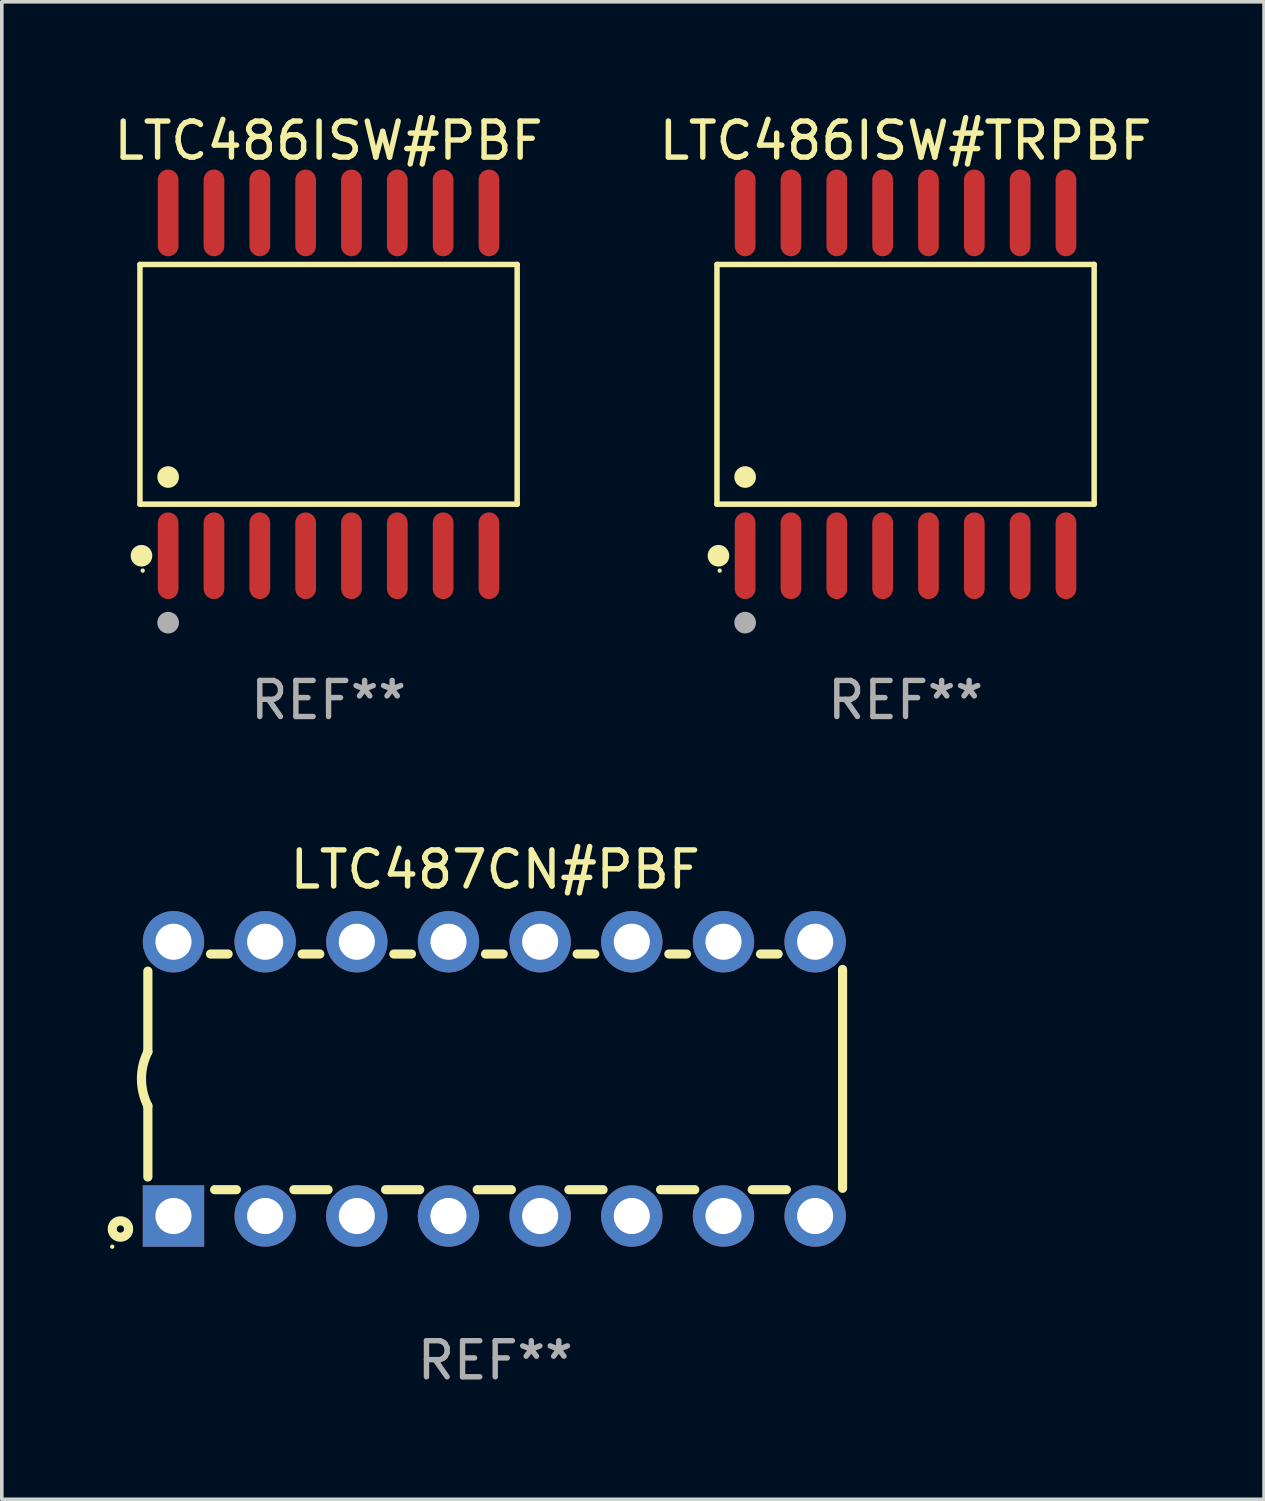
<source format=kicad_pcb>
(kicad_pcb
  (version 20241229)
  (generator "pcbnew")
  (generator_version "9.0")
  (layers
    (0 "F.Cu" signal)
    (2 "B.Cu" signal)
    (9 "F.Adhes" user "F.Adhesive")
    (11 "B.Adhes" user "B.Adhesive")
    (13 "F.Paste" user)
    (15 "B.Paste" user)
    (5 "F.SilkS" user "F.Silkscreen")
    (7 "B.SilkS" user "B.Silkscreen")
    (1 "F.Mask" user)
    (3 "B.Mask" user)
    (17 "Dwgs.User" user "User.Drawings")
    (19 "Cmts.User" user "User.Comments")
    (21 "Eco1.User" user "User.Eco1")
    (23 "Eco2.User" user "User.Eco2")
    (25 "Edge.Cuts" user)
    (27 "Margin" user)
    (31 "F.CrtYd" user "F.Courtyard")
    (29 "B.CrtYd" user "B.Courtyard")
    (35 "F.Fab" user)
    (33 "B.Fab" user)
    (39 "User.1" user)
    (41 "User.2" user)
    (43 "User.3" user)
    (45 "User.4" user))
  (footprint "LTC486ISW#PBF"
    (layer "F.Cu")
    (at 6.054 7.599)
    (property "Reference" "LTC486ISW#PBF" (at 0 -6.75 0) (layer "F.SilkS") (effects (font (size 1 1) (thickness 0.15))))
    (attr through_hole)
    (fp_line (start -5.226 -3.321) (end 5.226 -3.321) (stroke (width 0.152) (type solid)) (layer "F.SilkS"))
    (fp_line (start -5.226 3.321) (end -5.226 -3.321) (stroke (width 0.152) (type solid)) (layer "F.SilkS"))
    (fp_line (start 5.226 -3.321) (end 5.226 3.321) (stroke (width 0.152) (type solid)) (layer "F.SilkS"))
    (fp_line (start 5.226 3.321) (end -5.226 3.321) (stroke (width 0.152) (type solid)) (layer "F.SilkS"))
    (fp_circle (center -5.184 4.75) (end -5.034 4.75) (stroke (width 0.3) (type solid)) (fill no) (layer "F.SilkS"))
    (fp_circle (center -5.15 5.162) (end -5.12 5.162) (stroke (width 0.06) (type solid)) (fill no) (layer "F.SilkS"))
    (fp_circle (center -4.445 2.569) (end -4.295 2.569) (stroke (width 0.3) (type solid)) (fill no) (layer "F.SilkS"))
    (fp_circle (center -4.445 6.604) (end -4.295 6.604) (stroke (width 0.3) (type solid)) (fill no) (layer "F.Fab"))
    (fp_text user "REF**" (at 0 8.75 0) (layer "F.Fab") (effects (font (size 1 1) (thickness 0.15))))
    (pad "1" smd oval (at -4.445 4.75) (size 0.574 2.401) (layers "F.Cu" "F.Mask" "F.Paste"))
    (pad "2" smd oval (at -3.175 4.75) (size 0.574 2.401) (layers "F.Cu" "F.Mask" "F.Paste"))
    (pad "3" smd oval (at -1.905 4.75) (size 0.574 2.401) (layers "F.Cu" "F.Mask" "F.Paste"))
    (pad "4" smd oval (at -0.635 4.75) (size 0.574 2.401) (layers "F.Cu" "F.Mask" "F.Paste"))
    (pad "5" smd oval (at 0.635 4.75) (size 0.574 2.401) (layers "F.Cu" "F.Mask" "F.Paste"))
    (pad "6" smd oval (at 1.905 4.75) (size 0.574 2.401) (layers "F.Cu" "F.Mask" "F.Paste"))
    (pad "7" smd oval (at 3.175 4.75) (size 0.574 2.401) (layers "F.Cu" "F.Mask" "F.Paste"))
    (pad "8" smd oval (at 4.445 4.75) (size 0.574 2.401) (layers "F.Cu" "F.Mask" "F.Paste"))
    (pad "9" smd oval (at 4.445 -4.75) (size 0.574 2.401) (layers "F.Cu" "F.Mask" "F.Paste"))
    (pad "10" smd oval (at 3.175 -4.75) (size 0.574 2.401) (layers "F.Cu" "F.Mask" "F.Paste"))
    (pad "11" smd oval (at 1.905 -4.75) (size 0.574 2.401) (layers "F.Cu" "F.Mask" "F.Paste"))
    (pad "12" smd oval (at 0.635 -4.75) (size 0.574 2.401) (layers "F.Cu" "F.Mask" "F.Paste"))
    (pad "13" smd oval (at -0.635 -4.75) (size 0.574 2.401) (layers "F.Cu" "F.Mask" "F.Paste"))
    (pad "14" smd oval (at -1.905 -4.75) (size 0.574 2.401) (layers "F.Cu" "F.Mask" "F.Paste"))
    (pad "15" smd oval (at -3.175 -4.75) (size 0.574 2.401) (layers "F.Cu" "F.Mask" "F.Paste"))
    (pad "16" smd oval (at -4.445 -4.75) (size 0.574 2.401) (layers "F.Cu" "F.Mask" "F.Paste")))
  (footprint "LTC487CN#PBF"
    (layer "F.Cu")
    (at 10.672 26.845)
    (property "Reference" "LTC487CN#PBF" (at 0 -5.8 0) (layer "F.SilkS") (effects (font (size 1 1) (thickness 0.15))))
    (attr through_hole)
    (fp_line (start -9.625 -0.75) (end -9.625 -2.985) (stroke (width 0.254) (type solid)) (layer "F.SilkS"))
    (fp_line (start -9.625 0.749) (end -9.625 2.719) (stroke (width 0.254) (type solid)) (layer "F.SilkS"))
    (fp_line (start -7.889 -3.46) (end -7.401 -3.46) (stroke (width 0.254) (type solid)) (layer "F.SilkS"))
    (fp_line (start -7.775 3.07) (end -7.172 3.07) (stroke (width 0.254) (type solid)) (layer "F.SilkS"))
    (fp_line (start -5.578 3.07) (end -4.632 3.07) (stroke (width 0.254) (type solid)) (layer "F.SilkS"))
    (fp_line (start -5.349 -3.46) (end -4.861 -3.46) (stroke (width 0.254) (type solid)) (layer "F.SilkS"))
    (fp_line (start -3.038 3.07) (end -2.092 3.07) (stroke (width 0.254) (type solid)) (layer "F.SilkS"))
    (fp_line (start -2.809 -3.46) (end -2.321 -3.46) (stroke (width 0.254) (type solid)) (layer "F.SilkS"))
    (fp_line (start -0.498 3.07) (end 0.448 3.07) (stroke (width 0.254) (type solid)) (layer "F.SilkS"))
    (fp_line (start -0.269 -3.46) (end 0.219 -3.46) (stroke (width 0.254) (type solid)) (layer "F.SilkS"))
    (fp_line (start 2.042 3.07) (end 2.988 3.07) (stroke (width 0.254) (type solid)) (layer "F.SilkS"))
    (fp_line (start 2.271 -3.46) (end 2.759 -3.46) (stroke (width 0.254) (type solid)) (layer "F.SilkS"))
    (fp_line (start 4.582 3.07) (end 5.528 3.07) (stroke (width 0.254) (type solid)) (layer "F.SilkS"))
    (fp_line (start 4.811 -3.46) (end 5.299 -3.46) (stroke (width 0.254) (type solid)) (layer "F.SilkS"))
    (fp_line (start 7.122 3.07) (end 8.068 3.07) (stroke (width 0.254) (type solid)) (layer "F.SilkS"))
    (fp_line (start 7.351 -3.46) (end 7.839 -3.46) (stroke (width 0.254) (type solid)) (layer "F.SilkS"))
    (fp_line (start 9.625 3.032) (end 9.625 -3.032) (stroke (width 0.254) (type solid)) (layer "F.SilkS"))
    (fp_arc (start -9.62498 0.748819) (mid -9.801899 -0.000581) (end -9.625006 -0.749987) (stroke (width 0.254001) (type solid)) (layer "F.SilkS"))
    (fp_circle (center -10.612 4.65) (end -10.582 4.65) (stroke (width 0.06) (type solid)) (fill no) (layer "F.SilkS"))
    (fp_circle (center -10.385 4.16) (end -10.285 4.16) (stroke (width 0.254) (type solid)) (fill no) (layer "F.SilkS"))
    (fp_text user "REF**" (at 0 7.8 0) (layer "F.Fab") (effects (font (size 1 1) (thickness 0.15))))
    (pad "1" thru_hole rect (at -8.915 3.8 90) (size 1.7 1.7) (drill 1) (layers "*.Cu" "*.Mask"))
    (pad "2" thru_hole circle (at -6.375 3.8) (size 1.7 1.7) (drill 1) (layers "*.Cu" "*.Mask"))
    (pad "3" thru_hole circle (at -3.835 3.8) (size 1.7 1.7) (drill 1) (layers "*.Cu" "*.Mask"))
    (pad "4" thru_hole circle (at -1.295 3.8) (size 1.7 1.7) (drill 1) (layers "*.Cu" "*.Mask"))
    (pad "5" thru_hole circle (at 1.245 3.8) (size 1.7 1.7) (drill 1) (layers "*.Cu" "*.Mask"))
    (pad "6" thru_hole circle (at 3.785 3.8) (size 1.7 1.7) (drill 1) (layers "*.Cu" "*.Mask"))
    (pad "7" thru_hole circle (at 6.325 3.8) (size 1.7 1.7) (drill 1) (layers "*.Cu" "*.Mask"))
    (pad "8" thru_hole circle (at 8.865 3.8) (size 1.7 1.7) (drill 1) (layers "*.Cu" "*.Mask"))
    (pad "9" thru_hole circle (at 8.865 -3.8) (size 1.7 1.7) (drill 1) (layers "*.Cu" "*.Mask"))
    (pad "10" thru_hole circle (at 6.325 -3.8) (size 1.7 1.7) (drill 1) (layers "*.Cu" "*.Mask"))
    (pad "11" thru_hole circle (at 3.785 -3.8) (size 1.7 1.7) (drill 1) (layers "*.Cu" "*.Mask"))
    (pad "12" thru_hole circle (at 1.245 -3.8) (size 1.7 1.7) (drill 1) (layers "*.Cu" "*.Mask"))
    (pad "13" thru_hole circle (at -1.295 -3.8) (size 1.7 1.7) (drill 1) (layers "*.Cu" "*.Mask"))
    (pad "14" thru_hole circle (at -3.835 -3.8) (size 1.7 1.7) (drill 1) (layers "*.Cu" "*.Mask"))
    (pad "15" thru_hole circle (at -6.375 -3.8) (size 1.7 1.7) (drill 1) (layers "*.Cu" "*.Mask"))
    (pad "16" thru_hole circle (at -8.915 -3.8) (size 1.7 1.7) (drill 1) (layers "*.Cu" "*.Mask")))
  (footprint "LTC486ISW#TRPBF"
    (layer "F.Cu")
    (at 22.042 7.599)
    (property "Reference" "LTC486ISW#TRPBF" (at 0 -6.75 0) (layer "F.SilkS") (effects (font (size 1 1) (thickness 0.15))))
    (attr through_hole)
    (fp_line (start -5.226 -3.321) (end 5.226 -3.321) (stroke (width 0.152) (type solid)) (layer "F.SilkS"))
    (fp_line (start -5.226 3.321) (end -5.226 -3.321) (stroke (width 0.152) (type solid)) (layer "F.SilkS"))
    (fp_line (start 5.226 -3.321) (end 5.226 3.321) (stroke (width 0.152) (type solid)) (layer "F.SilkS"))
    (fp_line (start 5.226 3.321) (end -5.226 3.321) (stroke (width 0.152) (type solid)) (layer "F.SilkS"))
    (fp_circle (center -5.184 4.75) (end -5.034 4.75) (stroke (width 0.3) (type solid)) (fill no) (layer "F.SilkS"))
    (fp_circle (center -5.15 5.162) (end -5.12 5.162) (stroke (width 0.06) (type solid)) (fill no) (layer "F.SilkS"))
    (fp_circle (center -4.445 2.569) (end -4.295 2.569) (stroke (width 0.3) (type solid)) (fill no) (layer "F.SilkS"))
    (fp_circle (center -4.445 6.604) (end -4.295 6.604) (stroke (width 0.3) (type solid)) (fill no) (layer "F.Fab"))
    (fp_text user "REF**" (at 0 8.75 0) (layer "F.Fab") (effects (font (size 1 1) (thickness 0.15))))
    (pad "1" smd oval (at -4.445 4.75) (size 0.574 2.401) (layers "F.Cu" "F.Mask" "F.Paste"))
    (pad "2" smd oval (at -3.175 4.75) (size 0.574 2.401) (layers "F.Cu" "F.Mask" "F.Paste"))
    (pad "3" smd oval (at -1.905 4.75) (size 0.574 2.401) (layers "F.Cu" "F.Mask" "F.Paste"))
    (pad "4" smd oval (at -0.635 4.75) (size 0.574 2.401) (layers "F.Cu" "F.Mask" "F.Paste"))
    (pad "5" smd oval (at 0.635 4.75) (size 0.574 2.401) (layers "F.Cu" "F.Mask" "F.Paste"))
    (pad "6" smd oval (at 1.905 4.75) (size 0.574 2.401) (layers "F.Cu" "F.Mask" "F.Paste"))
    (pad "7" smd oval (at 3.175 4.75) (size 0.574 2.401) (layers "F.Cu" "F.Mask" "F.Paste"))
    (pad "8" smd oval (at 4.445 4.75) (size 0.574 2.401) (layers "F.Cu" "F.Mask" "F.Paste"))
    (pad "9" smd oval (at 4.445 -4.75) (size 0.574 2.401) (layers "F.Cu" "F.Mask" "F.Paste"))
    (pad "10" smd oval (at 3.175 -4.75) (size 0.574 2.401) (layers "F.Cu" "F.Mask" "F.Paste"))
    (pad "11" smd oval (at 1.905 -4.75) (size 0.574 2.401) (layers "F.Cu" "F.Mask" "F.Paste"))
    (pad "12" smd oval (at 0.635 -4.75) (size 0.574 2.401) (layers "F.Cu" "F.Mask" "F.Paste"))
    (pad "13" smd oval (at -0.635 -4.75) (size 0.574 2.401) (layers "F.Cu" "F.Mask" "F.Paste"))
    (pad "14" smd oval (at -1.905 -4.75) (size 0.574 2.401) (layers "F.Cu" "F.Mask" "F.Paste"))
    (pad "15" smd oval (at -3.175 -4.75) (size 0.574 2.401) (layers "F.Cu" "F.Mask" "F.Paste"))
    (pad "16" smd oval (at -4.445 -4.75) (size 0.574 2.401) (layers "F.Cu" "F.Mask" "F.Paste")))
  (gr_rect
    (start -3 -3)
    (end 31.976 38.494)
    (stroke (width 0.1) (type default))
    (fill no)
    (layer "Edge.Cuts")))
</source>
